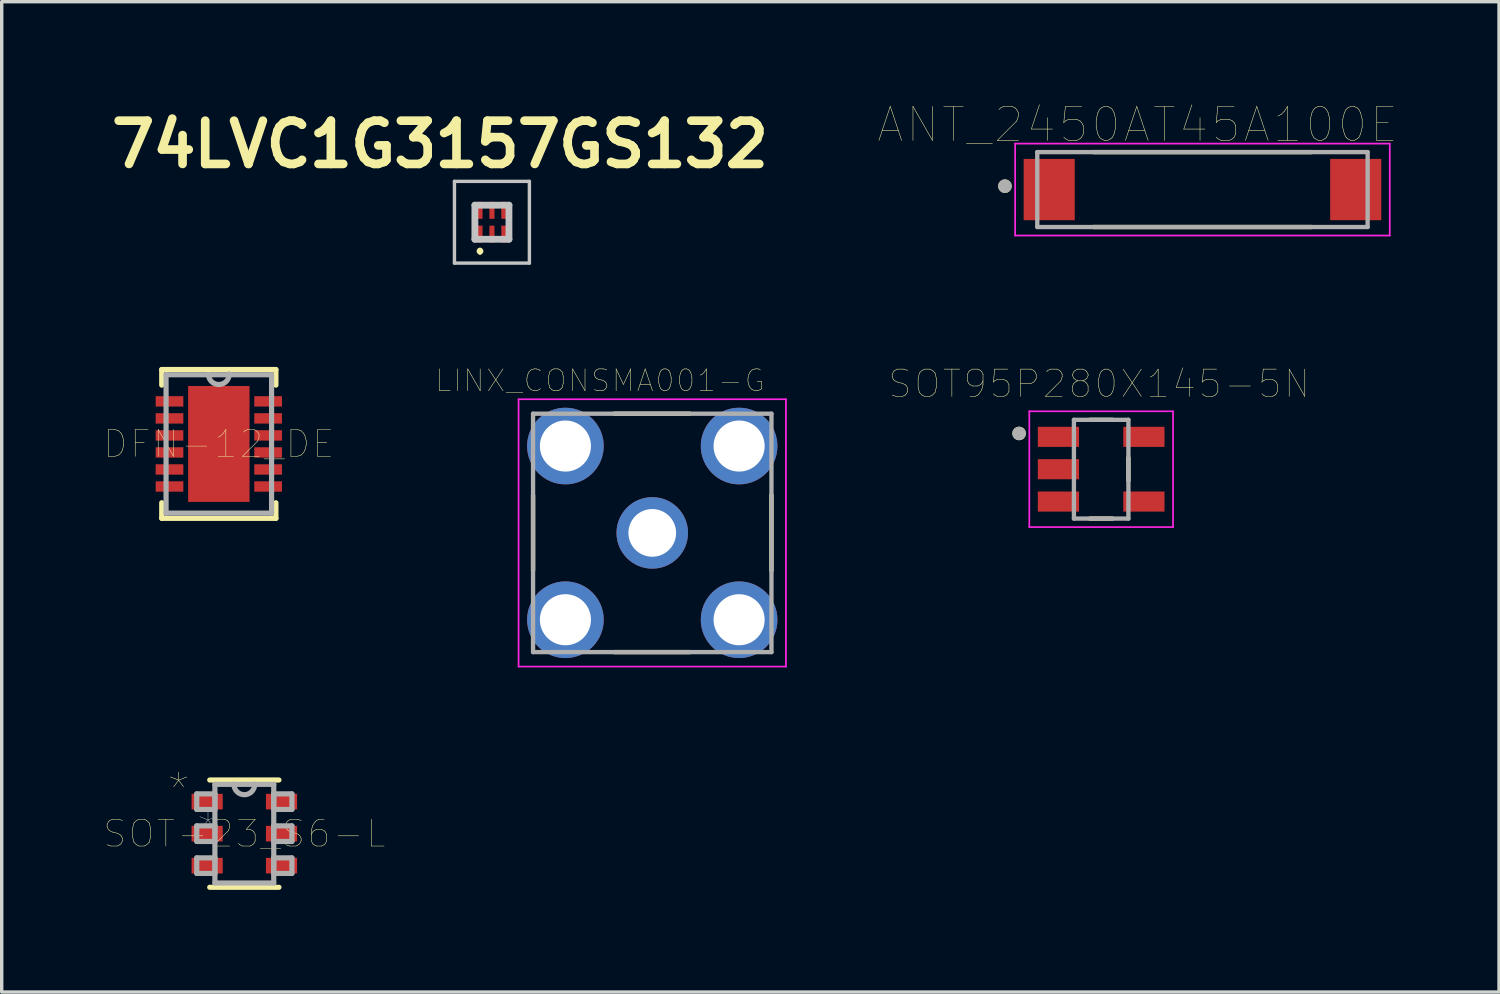
<source format=kicad_pcb>
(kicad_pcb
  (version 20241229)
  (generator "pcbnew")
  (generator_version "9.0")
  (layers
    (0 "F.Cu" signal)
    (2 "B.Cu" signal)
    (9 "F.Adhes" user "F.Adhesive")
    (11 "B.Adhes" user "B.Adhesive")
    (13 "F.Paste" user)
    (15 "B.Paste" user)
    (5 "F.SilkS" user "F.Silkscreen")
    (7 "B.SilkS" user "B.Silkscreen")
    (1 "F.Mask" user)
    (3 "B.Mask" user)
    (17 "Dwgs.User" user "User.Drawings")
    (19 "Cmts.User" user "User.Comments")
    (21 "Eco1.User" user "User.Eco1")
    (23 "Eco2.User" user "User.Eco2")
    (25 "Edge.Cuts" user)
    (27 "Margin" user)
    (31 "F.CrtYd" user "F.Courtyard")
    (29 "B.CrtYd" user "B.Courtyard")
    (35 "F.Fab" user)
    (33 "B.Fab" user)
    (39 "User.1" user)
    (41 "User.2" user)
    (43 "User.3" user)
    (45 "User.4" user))
  (footprint "DFN-12_DE"
    (layer "F.Cu")
    (at 3.375 9.985)
    (property "Reference" "DFN-12_DE" (at 0 0 0) (layer "F.SilkS") (effects (font (size 0.787 0.787) (thickness 0.015))))
    (attr through_hole)
    (fp_line (start -1.676 -2.184) (end -1.676 -1.727) (stroke (width 0.152) (type solid)) (layer "F.SilkS"))
    (fp_line (start -1.676 1.727) (end -1.676 2.184) (stroke (width 0.152) (type solid)) (layer "F.SilkS"))
    (fp_line (start -1.676 2.184) (end 1.676 2.184) (stroke (width 0.152) (type solid)) (layer "F.SilkS"))
    (fp_line (start 1.676 -2.184) (end -1.676 -2.184) (stroke (width 0.152) (type solid)) (layer "F.SilkS"))
    (fp_line (start 1.676 -1.727) (end 1.676 -2.184) (stroke (width 0.152) (type solid)) (layer "F.SilkS"))
    (fp_line (start 1.676 2.184) (end 1.676 1.727) (stroke (width 0.152) (type solid)) (layer "F.SilkS"))
    (fp_poly (pts (xy -0.802 -1.602) (xy -0.802 -0.1) (xy 0.802 -0.1) (xy 0.802 -1.602)) (stroke (width 0.025) (type solid)) (fill yes) (layer "F.Paste"))
    (fp_poly (pts (xy -0.802 0.1) (xy -0.802 1.602) (xy 0.802 1.602) (xy 0.802 0.1)) (stroke (width 0.025) (type solid)) (fill yes) (layer "F.Paste"))
    (fp_line (start -1.549 -2.032) (end -1.549 2.032) (stroke (width 0.152) (type solid)) (layer "F.Fab"))
    (fp_line (start -1.549 2.032) (end 1.549 2.032) (stroke (width 0.152) (type solid)) (layer "F.Fab"))
    (fp_line (start -0.305 -2.032) (end -1.549 -2.032) (stroke (width 0.152) (type solid)) (layer "F.Fab"))
    (fp_line (start 1.549 -2.032) (end -0.305 -2.032) (stroke (width 0.152) (type solid)) (layer "F.Fab"))
    (fp_line (start 1.549 2.032) (end 1.549 -2.032) (stroke (width 0.152) (type solid)) (layer "F.Fab"))
    (fp_arc (start 0.3048 -2.0574) (mid 0.0127 -1.7399) (end -0.3048 -2.032) (stroke (width 0.1524) (type solid)) (layer "F.Fab"))
    (pad "1" smd rect (at -1.448 -1.25) (size 0.813 0.305) (layers "F.Cu" "F.Mask" "F.Paste"))
    (pad "2" smd rect (at -1.448 -0.75) (size 0.813 0.305) (layers "F.Cu" "F.Mask" "F.Paste"))
    (pad "3" smd rect (at -1.448 -0.25) (size 0.813 0.305) (layers "F.Cu" "F.Mask" "F.Paste"))
    (pad "4" smd rect (at -1.448 0.25) (size 0.813 0.305) (layers "F.Cu" "F.Mask" "F.Paste"))
    (pad "5" smd rect (at -1.448 0.75) (size 0.813 0.305) (layers "F.Cu" "F.Mask" "F.Paste"))
    (pad "6" smd rect (at -1.448 1.25) (size 0.813 0.305) (layers "F.Cu" "F.Mask" "F.Paste"))
    (pad "7" smd rect (at 1.448 1.25) (size 0.813 0.305) (layers "F.Cu" "F.Mask" "F.Paste"))
    (pad "8" smd rect (at 1.448 0.75) (size 0.813 0.305) (layers "F.Cu" "F.Mask" "F.Paste"))
    (pad "9" smd rect (at 1.448 0.25) (size 0.813 0.305) (layers "F.Cu" "F.Mask" "F.Paste"))
    (pad "10" smd rect (at 1.448 -0.25) (size 0.813 0.305) (layers "F.Cu" "F.Mask" "F.Paste"))
    (pad "11" smd rect (at 1.448 -0.75) (size 0.813 0.305) (layers "F.Cu" "F.Mask" "F.Paste"))
    (pad "12" smd rect (at 1.448 -1.25) (size 0.813 0.305) (layers "F.Cu" "F.Mask" "F.Paste"))
    (pad "13" smd rect (at 0 0) (size 1.803 3.404) (layers "F.Cu" "F.Mask")))
  (footprint "SOT-23_S6-L"
    (layer "F.Cu")
    (at 4.124 21.428)
    (property "Reference" "SOT-23_S6-L" (at 0 0 0) (layer "F.SilkS") (effects (font (size 0.787 0.787) (thickness 0.015))))
    (attr through_hole)
    (fp_line (start -1.016 1.575) (end 1.016 1.575) (stroke (width 0.152) (type solid)) (layer "F.SilkS"))
    (fp_line (start 1.016 -1.575) (end -1.016 -1.575) (stroke (width 0.152) (type solid)) (layer "F.SilkS"))
    (fp_line (start -1.397 -1.168) (end -1.397 -0.711) (stroke (width 0.152) (type solid)) (layer "F.Fab"))
    (fp_line (start -1.397 -0.711) (end -0.864 -0.711) (stroke (width 0.152) (type solid)) (layer "F.Fab"))
    (fp_line (start -1.397 -0.229) (end -1.397 0.229) (stroke (width 0.152) (type solid)) (layer "F.Fab"))
    (fp_line (start -1.397 0.229) (end -0.864 0.229) (stroke (width 0.152) (type solid)) (layer "F.Fab"))
    (fp_line (start -1.397 0.711) (end -1.397 1.168) (stroke (width 0.152) (type solid)) (layer "F.Fab"))
    (fp_line (start -1.397 1.168) (end -0.864 1.168) (stroke (width 0.152) (type solid)) (layer "F.Fab"))
    (fp_line (start -0.864 -1.448) (end -0.864 1.448) (stroke (width 0.152) (type solid)) (layer "F.Fab"))
    (fp_line (start -0.864 -1.168) (end -1.397 -1.168) (stroke (width 0.152) (type solid)) (layer "F.Fab"))
    (fp_line (start -0.864 -0.711) (end -0.864 -1.168) (stroke (width 0.152) (type solid)) (layer "F.Fab"))
    (fp_line (start -0.864 -0.229) (end -1.397 -0.229) (stroke (width 0.152) (type solid)) (layer "F.Fab"))
    (fp_line (start -0.864 0.229) (end -0.864 -0.229) (stroke (width 0.152) (type solid)) (layer "F.Fab"))
    (fp_line (start -0.864 0.711) (end -1.397 0.711) (stroke (width 0.152) (type solid)) (layer "F.Fab"))
    (fp_line (start -0.864 1.168) (end -0.864 0.711) (stroke (width 0.152) (type solid)) (layer "F.Fab"))
    (fp_line (start -0.864 1.448) (end 0.864 1.448) (stroke (width 0.152) (type solid)) (layer "F.Fab"))
    (fp_line (start -0.305 -1.448) (end -0.864 -1.448) (stroke (width 0.152) (type solid)) (layer "F.Fab"))
    (fp_line (start 0.305 -1.448) (end -0.305 -1.448) (stroke (width 0.152) (type solid)) (layer "F.Fab"))
    (fp_line (start 0.864 -1.448) (end 0.305 -1.448) (stroke (width 0.152) (type solid)) (layer "F.Fab"))
    (fp_line (start 0.864 -1.168) (end 0.864 -0.711) (stroke (width 0.152) (type solid)) (layer "F.Fab"))
    (fp_line (start 0.864 -0.711) (end 1.397 -0.711) (stroke (width 0.152) (type solid)) (layer "F.Fab"))
    (fp_line (start 0.864 -0.229) (end 0.864 0.229) (stroke (width 0.152) (type solid)) (layer "F.Fab"))
    (fp_line (start 0.864 0.229) (end 1.397 0.229) (stroke (width 0.152) (type solid)) (layer "F.Fab"))
    (fp_line (start 0.864 0.711) (end 0.864 1.168) (stroke (width 0.152) (type solid)) (layer "F.Fab"))
    (fp_line (start 0.864 1.168) (end 1.397 1.168) (stroke (width 0.152) (type solid)) (layer "F.Fab"))
    (fp_line (start 0.864 1.448) (end 0.864 -1.448) (stroke (width 0.152) (type solid)) (layer "F.Fab"))
    (fp_line (start 1.397 -1.168) (end 0.864 -1.168) (stroke (width 0.152) (type solid)) (layer "F.Fab"))
    (fp_line (start 1.397 -0.711) (end 1.397 -1.168) (stroke (width 0.152) (type solid)) (layer "F.Fab"))
    (fp_line (start 1.397 -0.229) (end 0.864 -0.229) (stroke (width 0.152) (type solid)) (layer "F.Fab"))
    (fp_line (start 1.397 0.229) (end 1.397 -0.229) (stroke (width 0.152) (type solid)) (layer "F.Fab"))
    (fp_line (start 1.397 0.711) (end 0.864 0.711) (stroke (width 0.152) (type solid)) (layer "F.Fab"))
    (fp_line (start 1.397 1.168) (end 1.397 0.711) (stroke (width 0.152) (type solid)) (layer "F.Fab"))
    (fp_arc (start 0.3048 -1.4478) (mid 0 -1.143) (end -0.3048 -1.4478) (stroke (width 0.1524) (type solid)) (layer "F.Fab"))
    (fp_text user "*" (at -1.93 -1.27 0) (layer "F.SilkS") (effects (font (size 1 1) (thickness 0.015))))
    (fp_text user "*" (at -1.067 -0.102 0) (layer "F.Fab") (effects (font (size 1 1) (thickness 0.015))))
    (pad "1" smd rect (at -1.092 -0.94) (size 0.914 0.457) (layers "F.Cu" "F.Mask" "F.Paste"))
    (pad "2" smd rect (at -1.092 0) (size 0.914 0.457) (layers "F.Cu" "F.Mask" "F.Paste"))
    (pad "3" smd rect (at -1.092 0.94) (size 0.914 0.457) (layers "F.Cu" "F.Mask" "F.Paste"))
    (pad "4" smd rect (at 1.092 0.94) (size 0.914 0.457) (layers "F.Cu" "F.Mask" "F.Paste"))
    (pad "5" smd rect (at 1.092 0) (size 0.914 0.457) (layers "F.Cu" "F.Mask" "F.Paste"))
    (pad "6" smd rect (at 1.092 -0.94) (size 0.914 0.457) (layers "F.Cu" "F.Mask" "F.Paste")))
  (footprint "74LVC1G3157GS132"
    (layer "F.Cu")
    (at 11.394 3.475)
    (property "Reference" "74LVC1G3157GS132" (at -1.524 -2.286 0) (layer "F.SilkS") (effects (font (size 1.27 1.27) (thickness 0.254))))
    (attr smd)
    (fp_line (start -0.35 0.8) (end -0.35 0.8) (stroke (width 0.1) (type solid)) (layer "F.SilkS"))
    (fp_line (start -0.35 0.9) (end -0.35 0.9) (stroke (width 0.1) (type solid)) (layer "F.SilkS"))
    (fp_arc (start -0.35 0.8) (mid -0.3 0.85) (end -0.35 0.9) (stroke (width 0.1) (type solid)) (layer "F.SilkS"))
    (fp_arc (start -0.35 0.9) (mid -0.4 0.85) (end -0.35 0.8) (stroke (width 0.1) (type solid)) (layer "F.SilkS"))
    (fp_line (start -1.1 -1.2) (end 1.1 -1.2) (stroke (width 0.1) (type solid)) (layer "Dwgs.User"))
    (fp_line (start -1.1 1.2) (end -1.1 -1.2) (stroke (width 0.1) (type solid)) (layer "Dwgs.User"))
    (fp_line (start -0.5 -0.5) (end 0.5 -0.5) (stroke (width 0.2) (type solid)) (layer "Dwgs.User"))
    (fp_line (start -0.5 0.5) (end -0.5 -0.5) (stroke (width 0.2) (type solid)) (layer "Dwgs.User"))
    (fp_line (start 0.5 -0.5) (end 0.5 0.5) (stroke (width 0.2) (type solid)) (layer "Dwgs.User"))
    (fp_line (start 0.5 0.5) (end -0.5 0.5) (stroke (width 0.2) (type solid)) (layer "Dwgs.User"))
    (fp_line (start 1.1 -1.2) (end 1.1 1.2) (stroke (width 0.1) (type solid)) (layer "Dwgs.User"))
    (fp_line (start 1.1 1.2) (end -1.1 1.2) (stroke (width 0.1) (type solid)) (layer "Dwgs.User"))
    (pad "1" smd rect (at -0.35 0.35) (size 0.15 0.5) (layers "F.Cu" "F.Mask" "F.Paste"))
    (pad "2" smd rect (at 0 0.35) (size 0.15 0.5) (layers "F.Cu" "F.Mask" "F.Paste"))
    (pad "3" smd rect (at 0.35 0.35) (size 0.15 0.5) (layers "F.Cu" "F.Mask" "F.Paste"))
    (pad "4" smd rect (at 0.35 -0.35) (size 0.15 0.5) (layers "F.Cu" "F.Mask" "F.Paste"))
    (pad "5" smd rect (at 0 -0.35) (size 0.15 0.5) (layers "F.Cu" "F.Mask" "F.Paste"))
    (pad "6" smd rect (at -0.35 -0.35) (size 0.15 0.5) (layers "F.Cu" "F.Mask" "F.Paste")))
  (footprint "LINX_CONSMA001-G"
    (layer "F.Cu")
    (at 16.102 12.597)
    (property "Reference" "LINX_CONSMA001-G" (at -1.533 -4.471 0) (layer "F.SilkS") (effects (font (size 0.64 0.64) (thickness 0.015))))
    (attr through_hole)
    (fp_line (start -3.5 -1.105) (end -3.5 1.105) (stroke (width 0.127) (type solid)) (layer "F.SilkS"))
    (fp_line (start 1.105 -3.5) (end -1.105 -3.5) (stroke (width 0.127) (type solid)) (layer "F.SilkS"))
    (fp_line (start 1.105 3.5) (end -1.105 3.5) (stroke (width 0.127) (type solid)) (layer "F.SilkS"))
    (fp_line (start 3.5 -1.105) (end 3.5 1.105) (stroke (width 0.127) (type solid)) (layer "F.SilkS"))
    (fp_line (start -3.925 -3.925) (end -3.925 3.925) (stroke (width 0.05) (type solid)) (layer "F.CrtYd"))
    (fp_line (start -3.925 3.925) (end 3.925 3.925) (stroke (width 0.05) (type solid)) (layer "F.CrtYd"))
    (fp_line (start 3.925 -3.925) (end -3.925 -3.925) (stroke (width 0.05) (type solid)) (layer "F.CrtYd"))
    (fp_line (start 3.925 3.925) (end 3.925 -3.925) (stroke (width 0.05) (type solid)) (layer "F.CrtYd"))
    (fp_line (start -3.5 -3.5) (end -3.5 3.5) (stroke (width 0.127) (type solid)) (layer "F.Fab"))
    (fp_line (start -3.5 3.5) (end 3.5 3.5) (stroke (width 0.127) (type solid)) (layer "F.Fab"))
    (fp_line (start 3.5 -3.5) (end -3.5 -3.5) (stroke (width 0.127) (type solid)) (layer "F.Fab"))
    (fp_line (start 3.5 3.5) (end 3.5 -3.5) (stroke (width 0.127) (type solid)) (layer "F.Fab"))
    (pad "1" thru_hole circle (at 0 0) (size 2.1 2.1) (drill 1.4) (layers "*.Cu" "*.Mask"))
    (pad "S1" thru_hole circle (at -2.55 -2.55) (size 2.25 2.25) (drill 1.5) (layers "*.Cu" "*.Mask"))
    (pad "S2" thru_hole circle (at -2.55 2.55) (size 2.25 2.25) (drill 1.5) (layers "*.Cu" "*.Mask"))
    (pad "S3" thru_hole circle (at 2.55 2.55) (size 2.25 2.25) (drill 1.5) (layers "*.Cu" "*.Mask"))
    (pad "S4" thru_hole circle (at 2.55 -2.55) (size 2.25 2.25) (drill 1.5) (layers "*.Cu" "*.Mask")))
  (footprint "ANT_2450AT45A100E"
    (layer "F.Cu")
    (at 32.257 2.516)
    (property "Reference" "ANT_2450AT45A100E" (at -1.905 -1.905 0) (layer "F.SilkS") (effects (font (size 1 1) (thickness 0.015))))
    (attr through_hole)
    (fp_line (start -3.2 -1.1) (end 3.2 -1.1) (stroke (width 0.127) (type solid)) (layer "F.SilkS"))
    (fp_line (start -3.2 1.1) (end 3.2 1.1) (stroke (width 0.127) (type solid)) (layer "F.SilkS"))
    (fp_circle (center -5.8 -0.1) (end -5.7 -0.1) (stroke (width 0.2) (type solid)) (fill no) (layer "F.SilkS"))
    (fp_line (start -5.5 -1.35) (end 5.5 -1.35) (stroke (width 0.05) (type solid)) (layer "F.CrtYd"))
    (fp_line (start -5.5 1.35) (end -5.5 -1.35) (stroke (width 0.05) (type solid)) (layer "F.CrtYd"))
    (fp_line (start 5.5 -1.35) (end 5.5 1.35) (stroke (width 0.05) (type solid)) (layer "F.CrtYd"))
    (fp_line (start 5.5 1.35) (end -5.5 1.35) (stroke (width 0.05) (type solid)) (layer "F.CrtYd"))
    (fp_line (start -4.85 -1.1) (end -4.85 1.1) (stroke (width 0.127) (type solid)) (layer "F.Fab"))
    (fp_line (start -4.85 1.1) (end 4.85 1.1) (stroke (width 0.127) (type solid)) (layer "F.Fab"))
    (fp_line (start 4.85 -1.1) (end -4.85 -1.1) (stroke (width 0.127) (type solid)) (layer "F.Fab"))
    (fp_line (start 4.85 1.1) (end 4.85 -1.1) (stroke (width 0.127) (type solid)) (layer "F.Fab"))
    (fp_circle (center -5.8 -0.1) (end -5.7 -0.1) (stroke (width 0.2) (type solid)) (fill no) (layer "F.Fab"))
    (pad "1" smd rect (at -4.5 0) (size 1.5 1.8) (layers "F.Cu" "F.Mask" "F.Paste"))
    (pad "2" smd rect (at 4.5 0) (size 1.5 1.8) (layers "F.Cu" "F.Mask" "F.Paste")))
  (footprint "SOT95P280X145-5N"
    (layer "F.Cu")
    (at 29.283 10.727)
    (property "Reference" "SOT95P280X145-5N" (at -0.06 -2.508 0) (layer "F.SilkS") (effects (font (size 0.8 0.8) (thickness 0.015))))
    (attr through_hole)
    (fp_line (start -0.33 -1.45) (end 0.33 -1.45) (stroke (width 0.127) (type solid)) (layer "F.SilkS"))
    (fp_line (start 0.33 1.45) (end -0.33 1.45) (stroke (width 0.127) (type solid)) (layer "F.SilkS"))
    (fp_line (start 0.8 -0.335) (end 0.8 0.335) (stroke (width 0.127) (type solid)) (layer "F.SilkS"))
    (fp_circle (center -2.41 -1.05) (end -2.31 -1.05) (stroke (width 0.2) (type solid)) (fill no) (layer "F.SilkS"))
    (fp_line (start -2.11 -1.7) (end 2.11 -1.7) (stroke (width 0.05) (type solid)) (layer "F.CrtYd"))
    (fp_line (start -2.11 1.7) (end -2.11 -1.7) (stroke (width 0.05) (type solid)) (layer "F.CrtYd"))
    (fp_line (start 2.11 -1.7) (end 2.11 1.7) (stroke (width 0.05) (type solid)) (layer "F.CrtYd"))
    (fp_line (start 2.11 1.7) (end -2.11 1.7) (stroke (width 0.05) (type solid)) (layer "F.CrtYd"))
    (fp_line (start -0.8 -1.45) (end 0.8 -1.45) (stroke (width 0.127) (type solid)) (layer "F.Fab"))
    (fp_line (start -0.8 1.45) (end -0.8 -1.45) (stroke (width 0.127) (type solid)) (layer "F.Fab"))
    (fp_line (start 0.8 -1.45) (end 0.8 1.45) (stroke (width 0.127) (type solid)) (layer "F.Fab"))
    (fp_line (start 0.8 1.45) (end -0.8 1.45) (stroke (width 0.127) (type solid)) (layer "F.Fab"))
    (fp_circle (center -2.41 -1.05) (end -2.31 -1.05) (stroke (width 0.2) (type solid)) (fill no) (layer "F.Fab"))
    (pad "1" smd rect (at -1.255 -0.95) (size 1.21 0.59) (layers "F.Cu" "F.Mask" "F.Paste"))
    (pad "2" smd rect (at -1.255 0) (size 1.21 0.59) (layers "F.Cu" "F.Mask" "F.Paste"))
    (pad "3" smd rect (at -1.255 0.95) (size 1.21 0.59) (layers "F.Cu" "F.Mask" "F.Paste"))
    (pad "4" smd rect (at 1.255 0.95) (size 1.21 0.59) (layers "F.Cu" "F.Mask" "F.Paste"))
    (pad "5" smd rect (at 1.255 -0.95) (size 1.21 0.59) (layers "F.Cu" "F.Mask" "F.Paste")))
  (gr_rect
    (start -3 -3)
    (end 40.965 26.079)
    (stroke (width 0.1) (type default))
    (fill no)
    (layer "Edge.Cuts")))
</source>
